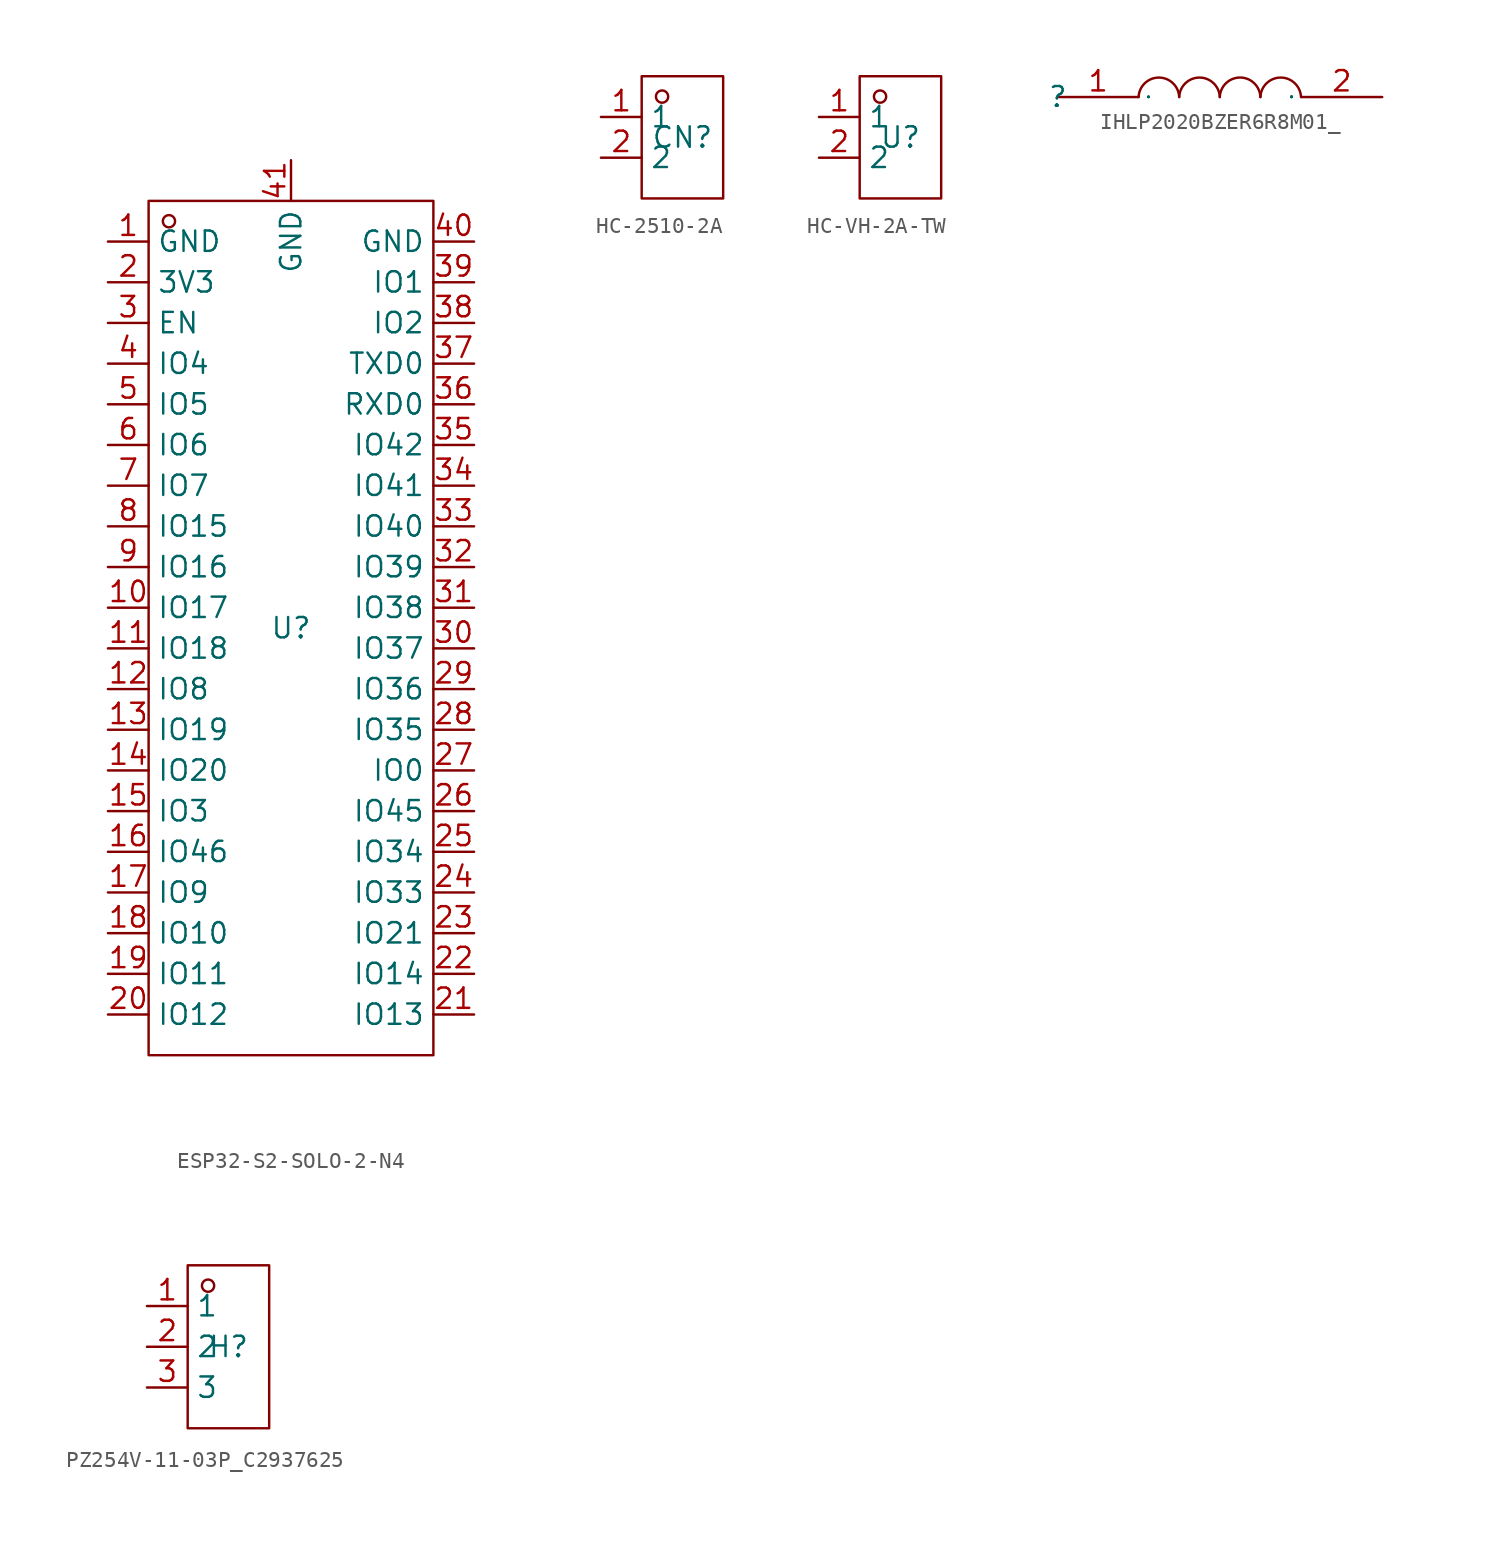
<source format=kicad_sym>
(kicad_symbol_lib
  (version 20231120)
  (generator "kicad_symbol_editor")
  (generator_version "8.0")
  (symbol "ESP32-S2-SOLO-2-N4"
    (property "Reference" "U"
      (at 0 0 0)
      (effects (font (size 1.27 1.27))))
    (symbol "ESP32-S2-SOLO-2-N4_1_0"
      (rectangle (start -8.89 -26.67) (end 8.89 26.67) (stroke (width 0) (type default)) (fill (type none)))
      (circle (center -7.62 25.4) (radius 0.381) (stroke (width 0) (type default)) (fill (type none)))
      (pin input line (at -11.43 24.13 0) (length 2.54) (name "GND" (effects (font (size 1.27 1.27)))) (number "1" (effects (font (size 1.27 1.27)))))
      (pin input line (at -11.43 1.27 0) (length 2.54) (name "IO17" (effects (font (size 1.27 1.27)))) (number "10" (effects (font (size 1.27 1.27)))))
      (pin input line (at -11.43 -1.27 0) (length 2.54) (name "IO18" (effects (font (size 1.27 1.27)))) (number "11" (effects (font (size 1.27 1.27)))))
      (pin input line (at -11.43 -3.81 0) (length 2.54) (name "IO8" (effects (font (size 1.27 1.27)))) (number "12" (effects (font (size 1.27 1.27)))))
      (pin input line (at -11.43 -6.35 0) (length 2.54) (name "IO19" (effects (font (size 1.27 1.27)))) (number "13" (effects (font (size 1.27 1.27)))))
      (pin input line (at -11.43 -8.89 0) (length 2.54) (name "IO20" (effects (font (size 1.27 1.27)))) (number "14" (effects (font (size 1.27 1.27)))))
      (pin input line (at -11.43 -11.43 0) (length 2.54) (name "IO3" (effects (font (size 1.27 1.27)))) (number "15" (effects (font (size 1.27 1.27)))))
      (pin input line (at -11.43 -13.97 0) (length 2.54) (name "IO46" (effects (font (size 1.27 1.27)))) (number "16" (effects (font (size 1.27 1.27)))))
      (pin input line (at -11.43 -16.51 0) (length 2.54) (name "IO9" (effects (font (size 1.27 1.27)))) (number "17" (effects (font (size 1.27 1.27)))))
      (pin input line (at -11.43 -19.05 0) (length 2.54) (name "IO10" (effects (font (size 1.27 1.27)))) (number "18" (effects (font (size 1.27 1.27)))))
      (pin input line (at -11.43 -21.59 0) (length 2.54) (name "IO11" (effects (font (size 1.27 1.27)))) (number "19" (effects (font (size 1.27 1.27)))))
      (pin input line (at -11.43 21.59 0) (length 2.54) (name "3V3" (effects (font (size 1.27 1.27)))) (number "2" (effects (font (size 1.27 1.27)))))
      (pin input line (at -11.43 -24.13 0) (length 2.54) (name "IO12" (effects (font (size 1.27 1.27)))) (number "20" (effects (font (size 1.27 1.27)))))
      (pin input line (at 11.43 -24.13 180) (length 2.54) (name "IO13" (effects (font (size 1.27 1.27)))) (number "21" (effects (font (size 1.27 1.27)))))
      (pin input line (at 11.43 -21.59 180) (length 2.54) (name "IO14" (effects (font (size 1.27 1.27)))) (number "22" (effects (font (size 1.27 1.27)))))
      (pin input line (at 11.43 -19.05 180) (length 2.54) (name "IO21" (effects (font (size 1.27 1.27)))) (number "23" (effects (font (size 1.27 1.27)))))
      (pin input line (at 11.43 -16.51 180) (length 2.54) (name "IO33" (effects (font (size 1.27 1.27)))) (number "24" (effects (font (size 1.27 1.27)))))
      (pin input line (at 11.43 -13.97 180) (length 2.54) (name "IO34" (effects (font (size 1.27 1.27)))) (number "25" (effects (font (size 1.27 1.27)))))
      (pin input line (at 11.43 -11.43 180) (length 2.54) (name "IO45" (effects (font (size 1.27 1.27)))) (number "26" (effects (font (size 1.27 1.27)))))
      (pin input line (at 11.43 -8.89 180) (length 2.54) (name "IO0" (effects (font (size 1.27 1.27)))) (number "27" (effects (font (size 1.27 1.27)))))
      (pin input line (at 11.43 -6.35 180) (length 2.54) (name "IO35" (effects (font (size 1.27 1.27)))) (number "28" (effects (font (size 1.27 1.27)))))
      (pin input line (at 11.43 -3.81 180) (length 2.54) (name "IO36" (effects (font (size 1.27 1.27)))) (number "29" (effects (font (size 1.27 1.27)))))
      (pin input line (at -11.43 19.05 0) (length 2.54) (name "EN" (effects (font (size 1.27 1.27)))) (number "3" (effects (font (size 1.27 1.27)))))
      (pin input line (at 11.43 -1.27 180) (length 2.54) (name "IO37" (effects (font (size 1.27 1.27)))) (number "30" (effects (font (size 1.27 1.27)))))
      (pin input line (at 11.43 1.27 180) (length 2.54) (name "IO38" (effects (font (size 1.27 1.27)))) (number "31" (effects (font (size 1.27 1.27)))))
      (pin input line (at 11.43 3.81 180) (length 2.54) (name "IO39" (effects (font (size 1.27 1.27)))) (number "32" (effects (font (size 1.27 1.27)))))
      (pin input line (at 11.43 6.35 180) (length 2.54) (name "IO40" (effects (font (size 1.27 1.27)))) (number "33" (effects (font (size 1.27 1.27)))))
      (pin input line (at 11.43 8.89 180) (length 2.54) (name "IO41" (effects (font (size 1.27 1.27)))) (number "34" (effects (font (size 1.27 1.27)))))
      (pin input line (at 11.43 11.43 180) (length 2.54) (name "IO42" (effects (font (size 1.27 1.27)))) (number "35" (effects (font (size 1.27 1.27)))))
      (pin input line (at 11.43 13.97 180) (length 2.54) (name "RXD0" (effects (font (size 1.27 1.27)))) (number "36" (effects (font (size 1.27 1.27)))))
      (pin input line (at 11.43 16.51 180) (length 2.54) (name "TXD0" (effects (font (size 1.27 1.27)))) (number "37" (effects (font (size 1.27 1.27)))))
      (pin input line (at 11.43 19.05 180) (length 2.54) (name "IO2" (effects (font (size 1.27 1.27)))) (number "38" (effects (font (size 1.27 1.27)))))
      (pin input line (at 11.43 21.59 180) (length 2.54) (name "IO1" (effects (font (size 1.27 1.27)))) (number "39" (effects (font (size 1.27 1.27)))))
      (pin input line (at -11.43 16.51 0) (length 2.54) (name "IO4" (effects (font (size 1.27 1.27)))) (number "4" (effects (font (size 1.27 1.27)))))
      (pin input line (at 11.43 24.13 180) (length 2.54) (name "GND" (effects (font (size 1.27 1.27)))) (number "40" (effects (font (size 1.27 1.27)))))
      (pin input line (at 0 29.21 270) (length 2.54) (name "GND" (effects (font (size 1.27 1.27)))) (number "41" (effects (font (size 1.27 1.27)))))
      (pin input line (at -11.43 13.97 0) (length 2.54) (name "IO5" (effects (font (size 1.27 1.27)))) (number "5" (effects (font (size 1.27 1.27)))))
      (pin input line (at -11.43 11.43 0) (length 2.54) (name "IO6" (effects (font (size 1.27 1.27)))) (number "6" (effects (font (size 1.27 1.27)))))
      (pin input line (at -11.43 8.89 0) (length 2.54) (name "IO7" (effects (font (size 1.27 1.27)))) (number "7" (effects (font (size 1.27 1.27)))))
      (pin input line (at -11.43 6.35 0) (length 2.54) (name "IO15" (effects (font (size 1.27 1.27)))) (number "8" (effects (font (size 1.27 1.27)))))
      (pin input line (at -11.43 3.81 0) (length 2.54) (name "IO16" (effects (font (size 1.27 1.27)))) (number "9" (effects (font (size 1.27 1.27)))))))
  (symbol "HC-2510-2A"
    (property "Reference" "CN"
      (at 0 0 0)
      (effects (font (size 1.27 1.27))))
    (property "Value" ""
      (at 0 0 0)
      (effects (font (size 1.27 1.27))))
    (symbol "HC-2510-2A_1_0"
      (rectangle (start -2.54 -3.81) (end 2.54 3.81) (stroke (width 0) (type default)) (fill (type none)))
      (circle (center -1.27 2.54) (radius 0.381) (stroke (width 0) (type default)) (fill (type none)))
      (pin unspecified line (at -5.08 1.27 0) (length 2.54) (name "1" (effects (font (size 1.27 1.27)))) (number "1" (effects (font (size 1.27 1.27)))))
      (pin unspecified line (at -5.08 -1.27 0) (length 2.54) (name "2" (effects (font (size 1.27 1.27)))) (number "2" (effects (font (size 1.27 1.27)))))))
  (symbol "HC-VH-2A-TW"
    (property "Reference" "U"
      (at 0 0 0)
      (effects (font (size 1.27 1.27))))
    (property "Value" ""
      (at 0 0 0)
      (effects (font (size 1.27 1.27))))
    (symbol "HC-VH-2A-TW_1_0"
      (rectangle (start -2.54 -3.81) (end 2.54 3.81) (stroke (width 0) (type default)) (fill (type none)))
      (circle (center -1.27 2.54) (radius 0.381) (stroke (width 0) (type default)) (fill (type none)))
      (pin input line (at -5.08 1.27 0) (length 2.54) (name "1" (effects (font (size 1.27 1.27)))) (number "1" (effects (font (size 1.27 1.27)))))
      (pin input line (at -5.08 -1.27 0) (length 2.54) (name "2" (effects (font (size 1.27 1.27)))) (number "2" (effects (font (size 1.27 1.27)))))))
  (symbol "IHLP2020BZER6R8M01_"
    (property "Reference" ""
      (at 0 0 0)
      (effects (font (size 1.27 1.27))))
    (property "Value" ""
      (at 0 0 0)
      (effects (font (size 1.27 1.27))))
    (symbol "IHLP2020BZER6R8M01__1_0"
      (arc (start 7.5946 0) (mid 6.3246 1.2193) (end 5.0546 0) (stroke (width 0) (type default)) (fill (type none)))
      (arc (start 10.1346 0) (mid 8.8646 1.2193) (end 7.5946 0) (stroke (width 0) (type default)) (fill (type none)))
      (arc (start 12.6746 0) (mid 11.4045 1.2194) (end 10.1346 0) (stroke (width 0) (type default)) (fill (type none)))
      (arc (start 15.2146 0) (mid 13.9446 1.2193) (end 12.6746 0) (stroke (width 0) (type default)) (fill (type none)))
      (pin bidirectional line (at 0 0 0) (length 5.055) (name "1" (effects (font (size 0.025 0.025)))) (number "1" (effects (font (size 1.27 1.27)))))
      (pin bidirectional line (at 20.295 0 180) (length 5.055) (name "2" (effects (font (size 0.025 0.025)))) (number "2" (effects (font (size 1.27 1.27)))))))
  (symbol "PZ254V-11-03P_C2937625"
    (property "Reference" "H"
      (at 0 0 0)
      (effects (font (size 1.27 1.27))))
    (property "Value" ""
      (at 0 0 0)
      (effects (font (size 1.27 1.27))))
    (symbol "PZ254V-11-03P_C2937625_1_0"
      (rectangle (start -2.54 -5.08) (end 2.54 5.08) (stroke (width 0) (type default)) (fill (type none)))
      (circle (center -1.27 3.81) (radius 0.381) (stroke (width 0) (type default)) (fill (type none)))
      (pin unspecified line (at -5.08 2.54 0) (length 2.54) (name "1" (effects (font (size 1.27 1.27)))) (number "1" (effects (font (size 1.27 1.27)))))
      (pin unspecified line (at -5.08 0 0) (length 2.54) (name "2" (effects (font (size 1.27 1.27)))) (number "2" (effects (font (size 1.27 1.27)))))
      (pin unspecified line (at -5.08 -2.54 0) (length 2.54) (name "3" (effects (font (size 1.27 1.27)))) (number "3" (effects (font (size 1.27 1.27))))))))
</source>
